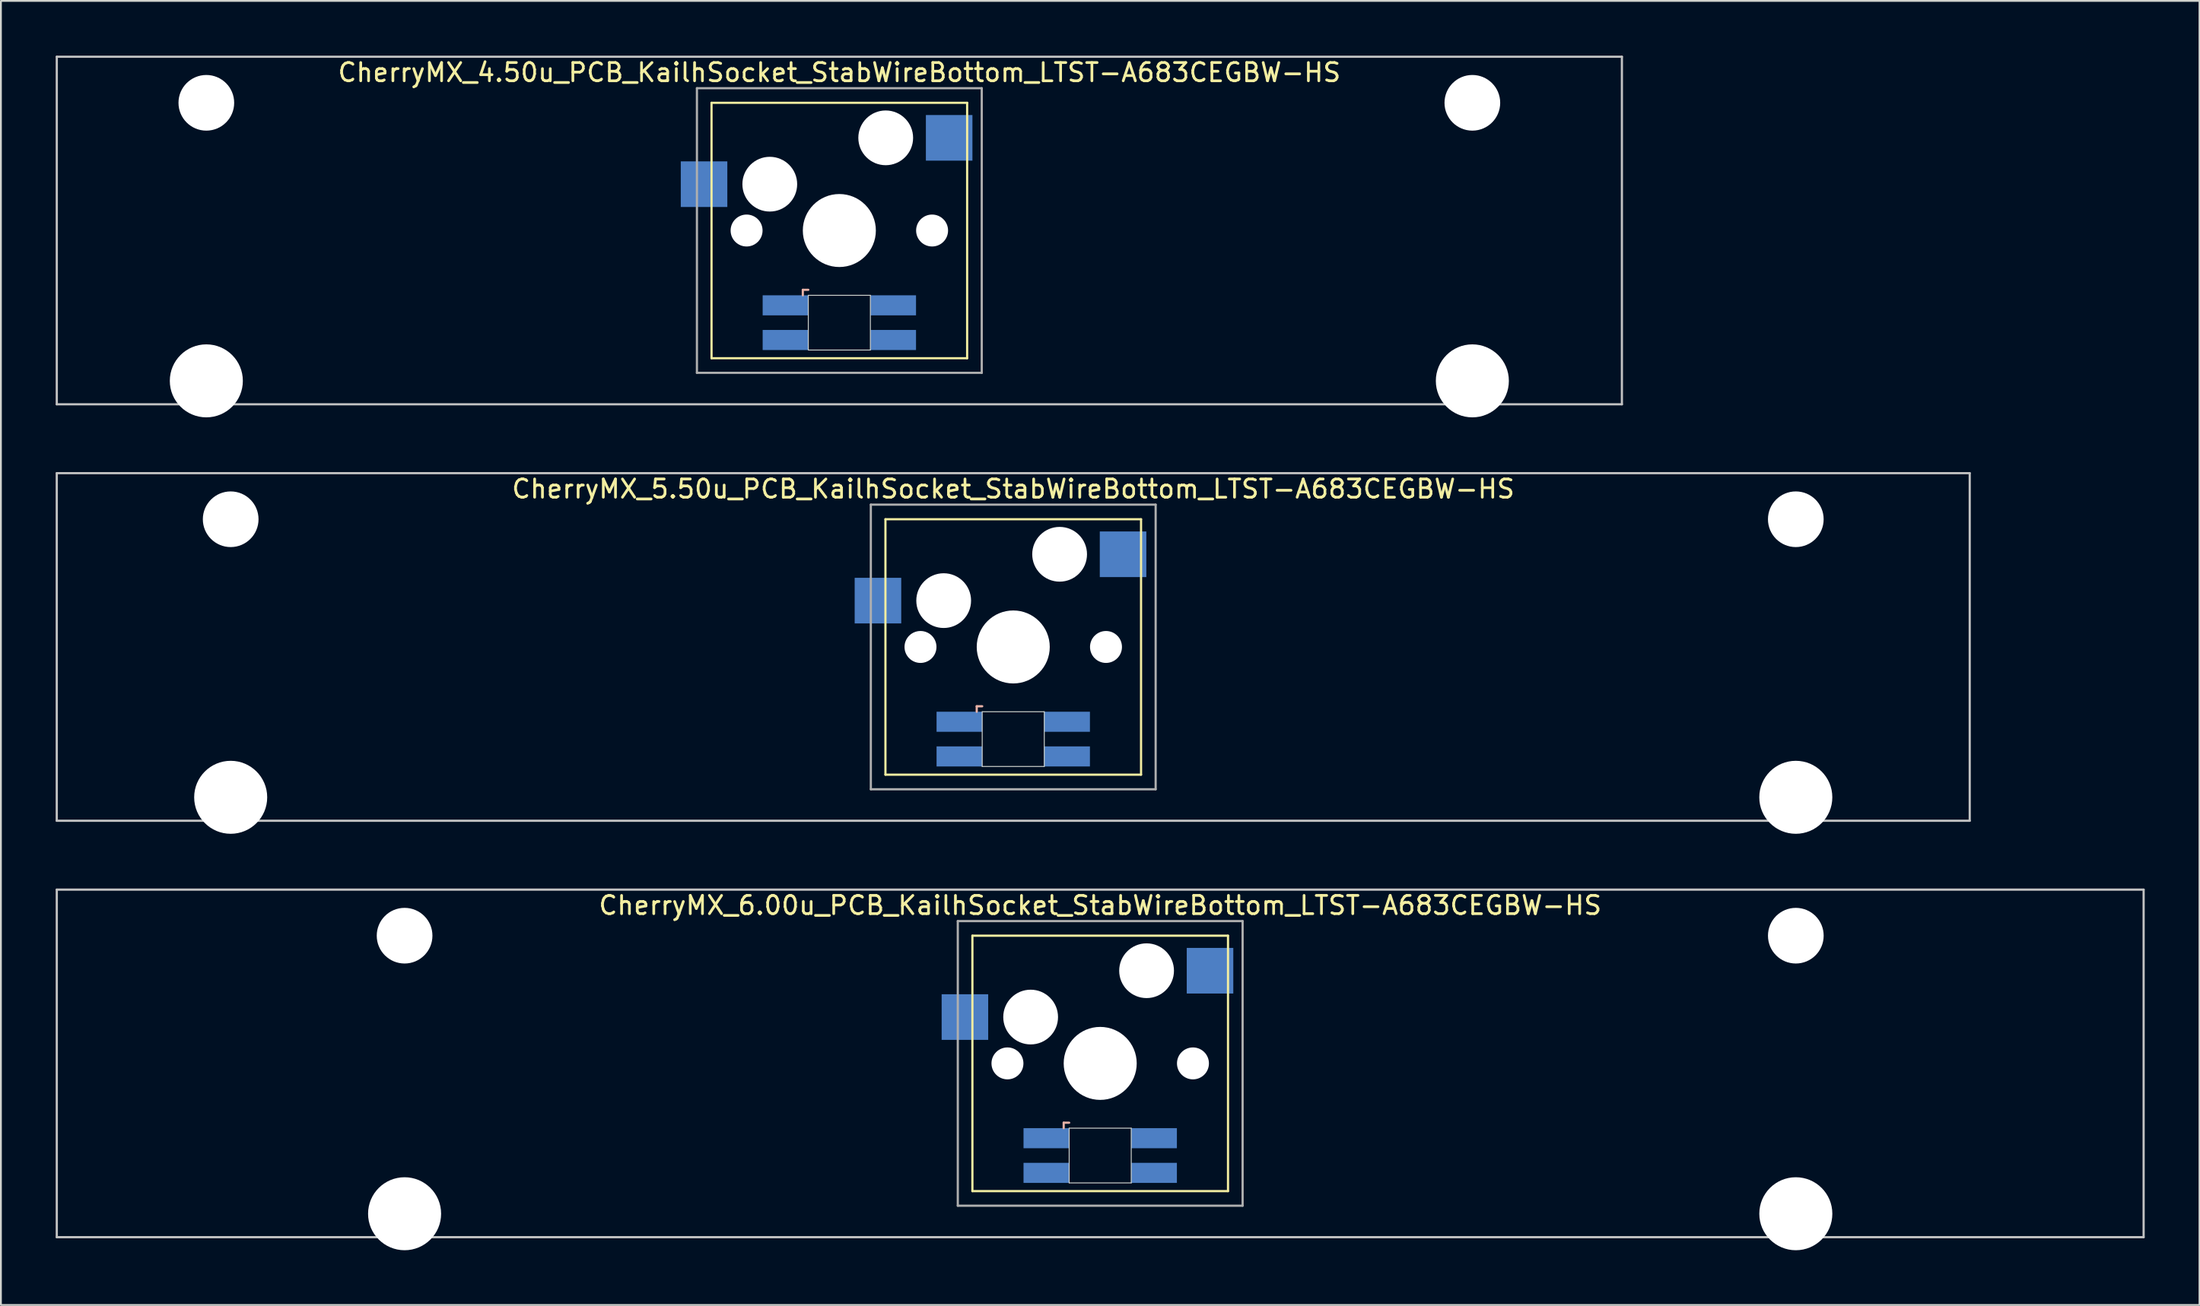
<source format=kicad_pcb>
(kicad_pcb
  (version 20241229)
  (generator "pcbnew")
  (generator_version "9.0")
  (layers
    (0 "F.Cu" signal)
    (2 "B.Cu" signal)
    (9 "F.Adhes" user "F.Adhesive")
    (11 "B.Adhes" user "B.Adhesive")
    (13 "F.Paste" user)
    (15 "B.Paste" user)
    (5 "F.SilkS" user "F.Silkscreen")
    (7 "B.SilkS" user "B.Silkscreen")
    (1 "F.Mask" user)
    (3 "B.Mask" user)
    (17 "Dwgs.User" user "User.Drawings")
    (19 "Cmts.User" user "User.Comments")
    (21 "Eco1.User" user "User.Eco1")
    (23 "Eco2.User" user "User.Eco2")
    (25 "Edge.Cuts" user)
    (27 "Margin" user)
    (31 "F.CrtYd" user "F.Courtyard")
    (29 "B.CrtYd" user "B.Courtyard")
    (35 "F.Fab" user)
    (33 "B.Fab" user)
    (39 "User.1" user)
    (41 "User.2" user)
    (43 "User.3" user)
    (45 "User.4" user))
  (footprint "CherryMX_4.50u_PCB_KailhSocket_StabWireBottom_LTST-A683CEGBW-HS"
    (layer "F.Cu")
    (at 42.922 9.585)
    (property "Reference" "CherryMX_4.50u_PCB_KailhSocket_StabWireBottom_LTST-A683CEGBW-HS" (at 0 -8.662 0) (layer "F.SilkS") (effects (font (size 1 1) (thickness 0.15))))
    (attr through_hole)
    (fp_line (start -7 -7) (end -7 7) (stroke (width 0.12) (type solid)) (layer "F.SilkS"))
    (fp_line (start -7 -7) (end 7 -7) (stroke (width 0.12) (type solid)) (layer "F.SilkS"))
    (fp_line (start 7 -7) (end 7 7) (stroke (width 0.12) (type solid)) (layer "F.SilkS"))
    (fp_line (start 7 7) (end -7 7) (stroke (width 0.12) (type solid)) (layer "F.SilkS"))
    (fp_line (start -2 3.25) (end -2 3.55) (stroke (width 0.12) (type solid)) (layer "B.SilkS"))
    (fp_line (start -1.7 3.25) (end -2 3.25) (stroke (width 0.12) (type solid)) (layer "B.SilkS"))
    (fp_line (start -42.862 -9.525) (end 42.862 -9.525) (stroke (width 0.12) (type solid)) (layer "Dwgs.User"))
    (fp_line (start -42.862 9.525) (end -42.862 -9.525) (stroke (width 0.12) (type solid)) (layer "Dwgs.User"))
    (fp_line (start 42.862 -9.525) (end 42.862 9.525) (stroke (width 0.12) (type solid)) (layer "Dwgs.User"))
    (fp_line (start 42.862 9.525) (end -42.862 9.525) (stroke (width 0.12) (type solid)) (layer "Dwgs.User"))
    (fp_line (start -1.7 3.55) (end 1.7 3.55) (stroke (width 0.05) (type solid)) (layer "Edge.Cuts"))
    (fp_line (start -1.7 6.55) (end -1.7 3.55) (stroke (width 0.05) (type solid)) (layer "Edge.Cuts"))
    (fp_line (start 1.7 3.55) (end 1.7 6.55) (stroke (width 0.05) (type solid)) (layer "Edge.Cuts"))
    (fp_line (start 1.7 6.55) (end -1.7 6.55) (stroke (width 0.05) (type solid)) (layer "Edge.Cuts"))
    (fp_line (start -7.8 -7.8) (end -7.8 7.8) (stroke (width 0.12) (type solid)) (layer "F.Fab"))
    (fp_line (start -7.8 -7.8) (end 7.8 -7.8) (stroke (width 0.12) (type solid)) (layer "F.Fab"))
    (fp_line (start -7.8 7.8) (end 7.8 7.8) (stroke (width 0.12) (type solid)) (layer "F.Fab"))
    (fp_line (start 7.8 -7.8) (end 7.8 7.8) (stroke (width 0.12) (type solid)) (layer "F.Fab"))
    (pad "" np_thru_hole circle (at -34.671 -7) (size 3.05 3.05) (drill 3.05) (layers "*.Cu" "*.Mask"))
    (pad "" np_thru_hole circle (at -34.671 8.24) (size 4 4) (drill 4) (layers "*.Cu" "*.Mask"))
    (pad "" np_thru_hole circle (at -5.08 0) (size 1.75 1.75) (drill 1.75) (layers "*.Cu" "*.Mask"))
    (pad "" np_thru_hole circle (at -3.81 -2.54) (size 3 3) (drill 3) (layers "*.Cu" "*.Mask"))
    (pad "" np_thru_hole circle (at 0 0) (size 4 4) (drill 4) (layers "*.Cu" "*.Mask"))
    (pad "" np_thru_hole circle (at 2.54 -5.08) (size 3 3) (drill 3) (layers "*.Cu" "*.Mask"))
    (pad "" np_thru_hole circle (at 5.08 0) (size 1.75 1.75) (drill 1.75) (layers "*.Cu" "*.Mask"))
    (pad "" np_thru_hole circle (at 34.671 -7) (size 3.05 3.05) (drill 3.05) (layers "*.Cu" "*.Mask"))
    (pad "" np_thru_hole circle (at 34.671 8.24) (size 4 4) (drill 4) (layers "*.Cu" "*.Mask"))
    (pad "1" smd rect (at -7.41 -2.54) (size 2.55 2.5) (layers "B.Cu" "B.Mask" "B.Paste"))
    (pad "2" smd rect (at 6.015 -5.08) (size 2.55 2.5) (layers "B.Cu" "B.Mask" "B.Paste"))
    (pad "3" smd rect (at -2.95 4.1) (size 2.5 1.1) (layers "B.Cu" "B.Mask" "B.Paste"))
    (pad "4" smd rect (at -2.95 6) (size 2.5 1.1) (layers "B.Cu" "B.Mask" "B.Paste"))
    (pad "5" smd rect (at 2.95 4.1) (size 2.5 1.1) (layers "B.Cu" "B.Mask" "B.Paste"))
    (pad "6" smd rect (at 2.95 6) (size 2.5 1.1) (layers "B.Cu" "B.Mask" "B.Paste")))
  (footprint "CherryMX_6.00u_PCB_KailhSocket_StabWireBottom_LTST-A683CEGBW-HS"
    (layer "F.Cu")
    (at 57.21 55.235)
    (property "Reference" "CherryMX_6.00u_PCB_KailhSocket_StabWireBottom_LTST-A683CEGBW-HS" (at 0 -8.662 0) (layer "F.SilkS") (effects (font (size 1 1) (thickness 0.15))))
    (attr through_hole)
    (fp_line (start -7 -7) (end -7 7) (stroke (width 0.12) (type solid)) (layer "F.SilkS"))
    (fp_line (start -7 -7) (end 7 -7) (stroke (width 0.12) (type solid)) (layer "F.SilkS"))
    (fp_line (start 7 -7) (end 7 7) (stroke (width 0.12) (type solid)) (layer "F.SilkS"))
    (fp_line (start 7 7) (end -7 7) (stroke (width 0.12) (type solid)) (layer "F.SilkS"))
    (fp_line (start -2 3.25) (end -2 3.55) (stroke (width 0.12) (type solid)) (layer "B.SilkS"))
    (fp_line (start -1.7 3.25) (end -2 3.25) (stroke (width 0.12) (type solid)) (layer "B.SilkS"))
    (fp_line (start -57.15 -9.525) (end 57.15 -9.525) (stroke (width 0.12) (type solid)) (layer "Dwgs.User"))
    (fp_line (start -57.15 9.525) (end -57.15 -9.525) (stroke (width 0.12) (type solid)) (layer "Dwgs.User"))
    (fp_line (start 57.15 -9.525) (end 57.15 9.525) (stroke (width 0.12) (type solid)) (layer "Dwgs.User"))
    (fp_line (start 57.15 9.525) (end -57.15 9.525) (stroke (width 0.12) (type solid)) (layer "Dwgs.User"))
    (fp_line (start -1.7 3.55) (end 1.7 3.55) (stroke (width 0.05) (type solid)) (layer "Edge.Cuts"))
    (fp_line (start -1.7 6.55) (end -1.7 3.55) (stroke (width 0.05) (type solid)) (layer "Edge.Cuts"))
    (fp_line (start 1.7 3.55) (end 1.7 6.55) (stroke (width 0.05) (type solid)) (layer "Edge.Cuts"))
    (fp_line (start 1.7 6.55) (end -1.7 6.55) (stroke (width 0.05) (type solid)) (layer "Edge.Cuts"))
    (fp_line (start -7.8 -7.8) (end -7.8 7.8) (stroke (width 0.12) (type solid)) (layer "F.Fab"))
    (fp_line (start -7.8 -7.8) (end 7.8 -7.8) (stroke (width 0.12) (type solid)) (layer "F.Fab"))
    (fp_line (start -7.8 7.8) (end 7.8 7.8) (stroke (width 0.12) (type solid)) (layer "F.Fab"))
    (fp_line (start 7.8 -7.8) (end 7.8 7.8) (stroke (width 0.12) (type solid)) (layer "F.Fab"))
    (pad "" np_thru_hole circle (at -38.1 -7) (size 3.05 3.05) (drill 3.05) (layers "*.Cu" "*.Mask"))
    (pad "" np_thru_hole circle (at -38.1 8.24) (size 4 4) (drill 4) (layers "*.Cu" "*.Mask"))
    (pad "" np_thru_hole circle (at -5.08 0) (size 1.75 1.75) (drill 1.75) (layers "*.Cu" "*.Mask"))
    (pad "" np_thru_hole circle (at -3.81 -2.54) (size 3 3) (drill 3) (layers "*.Cu" "*.Mask"))
    (pad "" np_thru_hole circle (at 0 0) (size 4 4) (drill 4) (layers "*.Cu" "*.Mask"))
    (pad "" np_thru_hole circle (at 2.54 -5.08) (size 3 3) (drill 3) (layers "*.Cu" "*.Mask"))
    (pad "" np_thru_hole circle (at 5.08 0) (size 1.75 1.75) (drill 1.75) (layers "*.Cu" "*.Mask"))
    (pad "" np_thru_hole circle (at 38.1 -7) (size 3.05 3.05) (drill 3.05) (layers "*.Cu" "*.Mask"))
    (pad "" np_thru_hole circle (at 38.1 8.24) (size 4 4) (drill 4) (layers "*.Cu" "*.Mask"))
    (pad "1" smd rect (at -7.41 -2.54) (size 2.55 2.5) (layers "B.Cu" "B.Mask" "B.Paste"))
    (pad "2" smd rect (at 6.015 -5.08) (size 2.55 2.5) (layers "B.Cu" "B.Mask" "B.Paste"))
    (pad "3" smd rect (at -2.95 4.1) (size 2.5 1.1) (layers "B.Cu" "B.Mask" "B.Paste"))
    (pad "4" smd rect (at -2.95 6) (size 2.5 1.1) (layers "B.Cu" "B.Mask" "B.Paste"))
    (pad "5" smd rect (at 2.95 4.1) (size 2.5 1.1) (layers "B.Cu" "B.Mask" "B.Paste"))
    (pad "6" smd rect (at 2.95 6) (size 2.5 1.1) (layers "B.Cu" "B.Mask" "B.Paste")))
  (footprint "CherryMX_5.50u_PCB_KailhSocket_StabWireBottom_LTST-A683CEGBW-HS"
    (layer "F.Cu")
    (at 52.447 32.41)
    (property "Reference" "CherryMX_5.50u_PCB_KailhSocket_StabWireBottom_LTST-A683CEGBW-HS" (at 0 -8.662 0) (layer "F.SilkS") (effects (font (size 1 1) (thickness 0.15))))
    (attr through_hole)
    (fp_line (start -7 -7) (end -7 7) (stroke (width 0.12) (type solid)) (layer "F.SilkS"))
    (fp_line (start -7 -7) (end 7 -7) (stroke (width 0.12) (type solid)) (layer "F.SilkS"))
    (fp_line (start 7 -7) (end 7 7) (stroke (width 0.12) (type solid)) (layer "F.SilkS"))
    (fp_line (start 7 7) (end -7 7) (stroke (width 0.12) (type solid)) (layer "F.SilkS"))
    (fp_line (start -2 3.25) (end -2 3.55) (stroke (width 0.12) (type solid)) (layer "B.SilkS"))
    (fp_line (start -1.7 3.25) (end -2 3.25) (stroke (width 0.12) (type solid)) (layer "B.SilkS"))
    (fp_line (start -52.388 -9.525) (end 52.388 -9.525) (stroke (width 0.12) (type solid)) (layer "Dwgs.User"))
    (fp_line (start -52.388 9.525) (end -52.388 -9.525) (stroke (width 0.12) (type solid)) (layer "Dwgs.User"))
    (fp_line (start 52.388 -9.525) (end 52.388 9.525) (stroke (width 0.12) (type solid)) (layer "Dwgs.User"))
    (fp_line (start 52.388 9.525) (end -52.388 9.525) (stroke (width 0.12) (type solid)) (layer "Dwgs.User"))
    (fp_line (start -1.7 3.55) (end 1.7 3.55) (stroke (width 0.05) (type solid)) (layer "Edge.Cuts"))
    (fp_line (start -1.7 6.55) (end -1.7 3.55) (stroke (width 0.05) (type solid)) (layer "Edge.Cuts"))
    (fp_line (start 1.7 3.55) (end 1.7 6.55) (stroke (width 0.05) (type solid)) (layer "Edge.Cuts"))
    (fp_line (start 1.7 6.55) (end -1.7 6.55) (stroke (width 0.05) (type solid)) (layer "Edge.Cuts"))
    (fp_line (start -7.8 -7.8) (end -7.8 7.8) (stroke (width 0.12) (type solid)) (layer "F.Fab"))
    (fp_line (start -7.8 -7.8) (end 7.8 -7.8) (stroke (width 0.12) (type solid)) (layer "F.Fab"))
    (fp_line (start -7.8 7.8) (end 7.8 7.8) (stroke (width 0.12) (type solid)) (layer "F.Fab"))
    (fp_line (start 7.8 -7.8) (end 7.8 7.8) (stroke (width 0.12) (type solid)) (layer "F.Fab"))
    (pad "" np_thru_hole circle (at -42.862 -7) (size 3.05 3.05) (drill 3.05) (layers "*.Cu" "*.Mask"))
    (pad "" np_thru_hole circle (at -42.862 8.24) (size 4 4) (drill 4) (layers "*.Cu" "*.Mask"))
    (pad "" np_thru_hole circle (at -5.08 0) (size 1.75 1.75) (drill 1.75) (layers "*.Cu" "*.Mask"))
    (pad "" np_thru_hole circle (at -3.81 -2.54) (size 3 3) (drill 3) (layers "*.Cu" "*.Mask"))
    (pad "" np_thru_hole circle (at 0 0) (size 4 4) (drill 4) (layers "*.Cu" "*.Mask"))
    (pad "" np_thru_hole circle (at 2.54 -5.08) (size 3 3) (drill 3) (layers "*.Cu" "*.Mask"))
    (pad "" np_thru_hole circle (at 5.08 0) (size 1.75 1.75) (drill 1.75) (layers "*.Cu" "*.Mask"))
    (pad "" np_thru_hole circle (at 42.862 -7) (size 3.05 3.05) (drill 3.05) (layers "*.Cu" "*.Mask"))
    (pad "" np_thru_hole circle (at 42.862 8.24) (size 4 4) (drill 4) (layers "*.Cu" "*.Mask"))
    (pad "1" smd rect (at -7.41 -2.54) (size 2.55 2.5) (layers "B.Cu" "B.Mask" "B.Paste"))
    (pad "2" smd rect (at 6.015 -5.08) (size 2.55 2.5) (layers "B.Cu" "B.Mask" "B.Paste"))
    (pad "3" smd rect (at -2.95 4.1) (size 2.5 1.1) (layers "B.Cu" "B.Mask" "B.Paste"))
    (pad "4" smd rect (at -2.95 6) (size 2.5 1.1) (layers "B.Cu" "B.Mask" "B.Paste"))
    (pad "5" smd rect (at 2.95 4.1) (size 2.5 1.1) (layers "B.Cu" "B.Mask" "B.Paste"))
    (pad "6" smd rect (at 2.95 6) (size 2.5 1.1) (layers "B.Cu" "B.Mask" "B.Paste")))
  (gr_rect
    (start -3 -3)
    (end 117.42 68.475)
    (stroke (width 0.1) (type default))
    (fill no)
    (layer "Edge.Cuts")))
</source>
